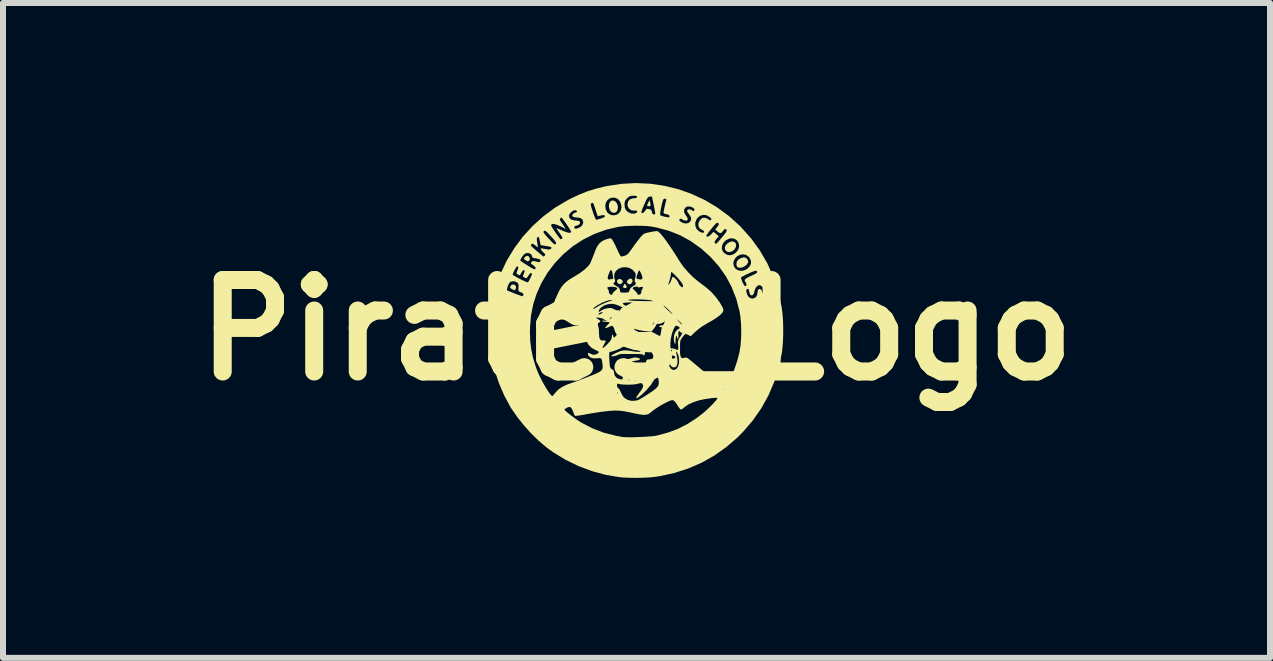
<source format=kicad_pcb>
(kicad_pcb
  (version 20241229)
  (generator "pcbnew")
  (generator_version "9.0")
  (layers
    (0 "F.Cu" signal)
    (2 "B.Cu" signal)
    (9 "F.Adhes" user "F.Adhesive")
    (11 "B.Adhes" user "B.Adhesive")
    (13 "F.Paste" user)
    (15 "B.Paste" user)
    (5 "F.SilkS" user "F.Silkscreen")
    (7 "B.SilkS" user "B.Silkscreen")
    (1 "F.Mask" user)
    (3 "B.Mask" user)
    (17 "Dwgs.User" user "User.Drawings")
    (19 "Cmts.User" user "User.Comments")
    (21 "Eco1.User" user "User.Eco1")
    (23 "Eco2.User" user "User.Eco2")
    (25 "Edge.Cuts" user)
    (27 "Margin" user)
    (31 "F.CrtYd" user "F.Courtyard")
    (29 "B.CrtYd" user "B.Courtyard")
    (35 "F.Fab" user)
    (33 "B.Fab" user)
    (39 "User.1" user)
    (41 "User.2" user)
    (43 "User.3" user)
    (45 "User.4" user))
  (footprint "Pirates_Logo"
    (layer "F.Cu")
    (at 7.555 2.45)
    (property "Reference" "Pirates_Logo" (at 0 0 0) (layer "F.SilkS") (effects (font (size 1.524 1.524) (thickness 0.3))))
    (attr board_only exclude_from_pos_files exclude_from_bom)
    (fp_poly (pts (xy -0.185 -0.767) (xy -0.177 -0.753) (xy -0.164 -0.722) (xy -0.169 -0.705) (xy -0.194 -0.7) (xy -0.218 -0.706) (xy -0.225 -0.717) (xy -0.218 -0.739) (xy -0.208 -0.756) (xy -0.194 -0.772)) (stroke (width 0) (type solid)) (fill yes) (layer "F.SilkS"))
    (fp_poly (pts (xy -0.265 -0.849) (xy -0.237 -0.83) (xy -0.228 -0.806) (xy -0.241 -0.783) (xy -0.244 -0.78) (xy -0.267 -0.766) (xy -0.285 -0.767) (xy -0.303 -0.776) (xy -0.323 -0.798) (xy -0.325 -0.823) (xy -0.311 -0.844) (xy -0.285 -0.853)) (stroke (width 0) (type solid)) (fill yes) (layer "F.SilkS"))
    (fp_poly (pts (xy -0.091 -0.858) (xy -0.078 -0.847) (xy -0.065 -0.827) (xy -0.069 -0.802) (xy -0.073 -0.795) (xy -0.095 -0.769) (xy -0.123 -0.764) (xy -0.148 -0.778) (xy -0.162 -0.804) (xy -0.151 -0.829) (xy -0.131 -0.846) (xy -0.107 -0.859)) (stroke (width 0) (type solid)) (fill yes) (layer "F.SilkS"))
    (fp_poly (pts (xy -2.027 -0.753) (xy -2.014 -0.739) (xy -2.007 -0.707) (xy -2.013 -0.688) (xy -2.025 -0.669) (xy -2.03 -0.664) (xy -2.042 -0.669) (xy -2.068 -0.68) (xy -2.073 -0.682) (xy -2.099 -0.697) (xy -2.106 -0.712) (xy -2.102 -0.728) (xy -2.083 -0.753) (xy -2.055 -0.761)) (stroke (width 0) (type solid)) (fill yes) (layer "F.SilkS"))
    (fp_poly (pts (xy -1.794 -1.228) (xy -1.779 -1.203) (xy -1.779 -1.174) (xy -1.79 -1.156) (xy -1.806 -1.145) (xy -1.825 -1.15) (xy -1.839 -1.159) (xy -1.862 -1.175) (xy -1.874 -1.183) (xy -1.875 -1.196) (xy -1.862 -1.214) (xy -1.841 -1.231) (xy -1.82 -1.238) (xy -1.819 -1.238)) (stroke (width 0) (type solid)) (fill yes) (layer "F.SilkS"))
    (fp_poly (pts (xy 0.222 -2.148) (xy 0.229 -2.119) (xy 0.23 -2.11) (xy 0.234 -2.08) (xy 0.23 -2.067) (xy 0.212 -2.064) (xy 0.207 -2.064) (xy 0.183 -2.066) (xy 0.175 -2.07) (xy 0.179 -2.087) (xy 0.19 -2.113) (xy 0.203 -2.14) (xy 0.213 -2.159) (xy 0.217 -2.162)) (stroke (width 0) (type solid)) (fill yes) (layer "F.SilkS"))
    (fp_poly (pts (xy -0.356 -2.146) (xy -0.33 -2.118) (xy -0.314 -2.078) (xy -0.31 -2.046) (xy -0.318 -1.998) (xy -0.34 -1.966) (xy -0.371 -1.953) (xy -0.408 -1.962) (xy -0.425 -1.973) (xy -0.448 -2.006) (xy -0.46 -2.052) (xy -0.458 -2.099) (xy -0.445 -2.133) (xy -0.418 -2.157) (xy -0.387 -2.16)) (stroke (width 0) (type solid)) (fill yes) (layer "F.SilkS"))
    (fp_poly (pts (xy 1.627 -1.471) (xy 1.651 -1.45) (xy 1.66 -1.416) (xy 1.651 -1.375) (xy 1.625 -1.337) (xy 1.589 -1.311) (xy 1.549 -1.3) (xy 1.511 -1.306) (xy 1.482 -1.329) (xy 1.482 -1.33) (xy 1.47 -1.368) (xy 1.482 -1.409) (xy 1.509 -1.44) (xy 1.552 -1.469) (xy 1.592 -1.478)) (stroke (width 0) (type solid)) (fill yes) (layer "F.SilkS"))
    (fp_poly (pts (xy 1.825 -1.202) (xy 1.85 -1.176) (xy 1.86 -1.142) (xy 1.858 -1.127) (xy 1.837 -1.092) (xy 1.802 -1.063) (xy 1.761 -1.045) (xy 1.72 -1.038) (xy 1.686 -1.047) (xy 1.678 -1.053) (xy 1.665 -1.081) (xy 1.666 -1.119) (xy 1.676 -1.151) (xy 1.702 -1.179) (xy 1.742 -1.201) (xy 1.784 -1.213) (xy 1.794 -1.213)) (stroke (width 0) (type solid)) (fill yes) (layer "F.SilkS"))
    (fp_poly (pts (xy 0 0.458) (xy 0.032 0.467) (xy 0.048 0.471) (xy 0.057 0.473) (xy 0.059 0.474) (xy 0.059 0.482) (xy 0.052 0.49) (xy 0.031 0.5) (xy -0.01 0.509) (xy -0.069 0.518) (xy -0.141 0.526) (xy -0.213 0.532) (xy -0.256 0.537) (xy -0.284 0.547) (xy -0.306 0.567) (xy -0.309 0.571) (xy -0.338 0.607) (xy -0.338 0.568) (xy -0.333 0.527) (xy -0.316 0.501) (xy -0.283 0.489) (xy -0.23 0.486) (xy -0.224 0.486) (xy -0.157 0.484) (xy -0.098 0.473) (xy -0.088 0.469) (xy -0.041 0.457) (xy -0.003 0.457)) (stroke (width 0) (type solid)) (fill yes) (layer "F.SilkS"))
    (fp_poly (pts (xy 0.23 -2.439) (xy 0.467 -2.404) (xy 0.699 -2.347) (xy 0.923 -2.267) (xy 1.14 -2.166) (xy 1.346 -2.043) (xy 1.54 -1.9) (xy 1.721 -1.737) (xy 1.745 -1.712) (xy 1.912 -1.524) (xy 2.055 -1.326) (xy 2.177 -1.117) (xy 2.276 -0.896) (xy 2.354 -0.663) (xy 2.411 -0.416) (xy 2.422 -0.356) (xy 2.433 -0.262) (xy 2.441 -0.15) (xy 2.444 -0.029) (xy 2.443 0.094) (xy 2.438 0.213) (xy 2.429 0.318) (xy 2.422 0.375) (xy 2.369 0.625) (xy 2.294 0.862) (xy 2.198 1.088) (xy 2.079 1.302) (xy 1.939 1.503) (xy 1.776 1.693) (xy 1.681 1.789) (xy 1.495 1.949) (xy 1.296 2.09) (xy 1.084 2.209) (xy 0.86 2.306) (xy 0.627 2.381) (xy 0.386 2.433) (xy 0.306 2.445) (xy 0.216 2.454) (xy 0.11 2.459) (xy -0.003 2.462) (xy -0.115 2.46) (xy -0.217 2.456) (xy -0.284 2.45) (xy -0.514 2.411) (xy -0.743 2.349) (xy -0.967 2.265) (xy -1.182 2.161) (xy -1.384 2.038) (xy -1.499 1.955) (xy -1.626 1.847) (xy -1.754 1.723) (xy -1.876 1.587) (xy -1.988 1.447) (xy -2.072 1.325) (xy -1.201 1.325) (xy -1.191 1.338) (xy -1.165 1.362) (xy -1.127 1.393) (xy -1.08 1.429) (xy -1.03 1.467) (xy -0.98 1.502) (xy -0.935 1.531) (xy -0.919 1.541) (xy -0.736 1.636) (xy -0.542 1.71) (xy -0.336 1.762) (xy -0.231 1.781) (xy -0.189 1.784) (xy -0.128 1.785) (xy -0.053 1.785) (xy 0.029 1.782) (xy 0.112 1.778) (xy 0.192 1.773) (xy 0.262 1.768) (xy 0.316 1.761) (xy 0.337 1.757) (xy 0.524 1.707) (xy 0.694 1.643) (xy 0.852 1.562) (xy 1.006 1.462) (xy 1.097 1.392) (xy 1.148 1.349) (xy 1.198 1.303) (xy 1.246 1.256) (xy 1.288 1.212) (xy 1.321 1.175) (xy 1.342 1.147) (xy 1.347 1.131) (xy 1.347 1.13) (xy 1.33 1.127) (xy 1.295 1.129) (xy 1.246 1.134) (xy 1.189 1.142) (xy 1.13 1.151) (xy 1.074 1.163) (xy 1.027 1.174) (xy 1.018 1.177) (xy 0.929 1.208) (xy 0.86 1.241) (xy 0.806 1.278) (xy 0.792 1.291) (xy 0.765 1.313) (xy 0.742 1.323) (xy 0.737 1.323) (xy 0.723 1.31) (xy 0.701 1.282) (xy 0.676 1.244) (xy 0.676 1.244) (xy 0.647 1.199) (xy 0.622 1.175) (xy 0.6 1.166) (xy 0.574 1.171) (xy 0.532 1.187) (xy 0.48 1.213) (xy 0.422 1.244) (xy 0.363 1.279) (xy 0.309 1.315) (xy 0.264 1.348) (xy 0.254 1.357) (xy 0.221 1.384) (xy 0.189 1.402) (xy 0.156 1.411) (xy 0.114 1.412) (xy 0.061 1.406) (xy -0.009 1.392) (xy -0.056 1.382) (xy -0.122 1.368) (xy -0.19 1.355) (xy -0.249 1.346) (xy -0.277 1.343) (xy -0.35 1.34) (xy -0.444 1.345) (xy -0.557 1.357) (xy -0.685 1.376) (xy -0.827 1.4) (xy -0.832 1.401) (xy -0.897 1.413) (xy -0.954 1.422) (xy -0.997 1.427) (xy -1.022 1.429) (xy -1.027 1.428) (xy -1.035 1.412) (xy -1.048 1.381) (xy -1.055 1.361) (xy -1.076 1.313) (xy -1.096 1.287) (xy -1.12 1.28) (xy -1.152 1.29) (xy -1.157 1.292) (xy -1.185 1.308) (xy -1.2 1.322) (xy -1.201 1.325) (xy -2.072 1.325) (xy -2.083 1.309) (xy -2.1 1.282) (xy -2.205 1.088) (xy -2.294 0.88) (xy -2.365 0.665) (xy -2.415 0.448) (xy -2.439 0.29) (xy -2.448 0.169) (xy -2.451 0.033) (xy -2.451 0.027) (xy -1.776 0.027) (xy -1.771 0.181) (xy -1.754 0.323) (xy -1.725 0.461) (xy -1.681 0.604) (xy -1.657 0.669) (xy -1.631 0.732) (xy -1.599 0.799) (xy -1.564 0.866) (xy -1.527 0.932) (xy -1.491 0.991) (xy -1.458 1.04) (xy -1.43 1.077) (xy -1.409 1.096) (xy -1.401 1.098) (xy -1.388 1.087) (xy -1.367 1.061) (xy -1.353 1.043) (xy -0.324 1.043) (xy -0.322 1.059) (xy -0.318 1.06) (xy -0.315 1.043) (xy -0.317 1.036) (xy -0.322 1.031) (xy -0.324 1.043) (xy -1.353 1.043) (xy -1.348 1.038) (xy -1.304 0.991) (xy -1.244 0.949) (xy -1.192 0.924) (xy -0.325 0.924) (xy -0.32 0.953) (xy -0.309 0.963) (xy -0.295 0.974) (xy -0.278 1.001) (xy -0.264 1.03) (xy -0.244 1.073) (xy -0.22 1.109) (xy -0.207 1.125) (xy -0.15 1.162) (xy -0.082 1.179) (xy -0.008 1.174) (xy 0.034 1.162) (xy 0.054 1.151) (xy 0.09 1.13) (xy 0.138 1.101) (xy 0.192 1.066) (xy 0.204 1.058) (xy 0.272 1.013) (xy 0.32 0.975) (xy 0.352 0.942) (xy 0.368 0.909) (xy 0.372 0.874) (xy 0.367 0.831) (xy 0.363 0.812) (xy 0.353 0.777) (xy 0.344 0.755) (xy 0.34 0.75) (xy 0.33 0.761) (xy 0.314 0.788) (xy 0.292 0.827) (xy 0.288 0.835) (xy 0.239 0.913) (xy 0.169 0.994) (xy 0.156 1.009) (xy 0.097 1.065) (xy 0.051 1.105) (xy 0.018 1.129) (xy -0.001 1.137) (xy -0.005 1.129) (xy 0.006 1.103) (xy 0.035 1.061) (xy 0.048 1.042) (xy 0.084 0.993) (xy 0.104 0.958) (xy 0.111 0.932) (xy 0.106 0.911) (xy 0.097 0.897) (xy 0.086 0.886) (xy 0.07 0.883) (xy 0.044 0.888) (xy 0.013 0.896) (xy -0.032 0.904) (xy -0.09 0.908) (xy -0.154 0.909) (xy -0.216 0.907) (xy -0.269 0.902) (xy -0.303 0.894) (xy -0.319 0.892) (xy -0.325 0.907) (xy -0.325 0.924) (xy -1.192 0.924) (xy -1.166 0.911) (xy -1.082 0.88) (xy -1.034 0.864) (xy -0.97 0.841) (xy -0.897 0.813) (xy -0.822 0.784) (xy -0.79 0.772) (xy -0.71 0.74) (xy -0.651 0.714) (xy -0.61 0.691) (xy -0.583 0.669) (xy -0.569 0.646) (xy -0.564 0.618) (xy -0.566 0.583) (xy -0.567 0.57) (xy -0.574 0.517) (xy -0.582 0.486) (xy -0.595 0.47) (xy -0.618 0.466) (xy -0.653 0.469) (xy -0.655 0.469) (xy -0.721 0.47) (xy -0.77 0.455) (xy -0.801 0.423) (xy -0.803 0.419) (xy -0.804 0.416) (xy -0.456 0.416) (xy -0.455 0.468) (xy -0.454 0.472) (xy -0.45 0.539) (xy -0.446 0.586) (xy -0.439 0.617) (xy -0.43 0.636) (xy -0.416 0.648) (xy -0.406 0.653) (xy -0.382 0.671) (xy -0.375 0.703) (xy -0.375 0.706) (xy -0.364 0.756) (xy -0.333 0.794) (xy -0.296 0.812) (xy -0.257 0.822) (xy -0.236 0.821) (xy -0.229 0.808) (xy -0.229 0.803) (xy -0.158 0.803) (xy -0.153 0.816) (xy -0.15 0.819) (xy -0.129 0.835) (xy -0.118 0.838) (xy -0.107 0.829) (xy -0.108 0.819) (xy -0.11 0.817) (xy -0.076 0.817) (xy -0.072 0.823) (xy -0.048 0.834) (xy -0.008 0.834) (xy 0.039 0.823) (xy 0.076 0.808) (xy 0.134 0.771) (xy 0.173 0.736) (xy 0.229 0.736) (xy 0.244 0.729) (xy 0.27 0.71) (xy 0.305 0.683) (xy 0.335 0.657) (xy 0.394 0.597) (xy 0.443 0.537) (xy 0.472 0.489) (xy 0.525 0.489) (xy 0.531 0.554) (xy 0.548 0.605) (xy 0.573 0.642) (xy 0.604 0.662) (xy 0.637 0.661) (xy 0.672 0.639) (xy 0.674 0.636) (xy 0.696 0.597) (xy 0.708 0.544) (xy 0.709 0.484) (xy 0.7 0.427) (xy 0.681 0.381) (xy 0.675 0.372) (xy 0.664 0.359) (xy 0.659 0.358) (xy 0.66 0.373) (xy 0.667 0.407) (xy 0.672 0.429) (xy 0.683 0.502) (xy 0.681 0.559) (xy 0.667 0.599) (xy 0.642 0.62) (xy 0.606 0.62) (xy 0.576 0.601) (xy 0.555 0.564) (xy 0.542 0.516) (xy 0.54 0.463) (xy 0.542 0.447) (xy 0.578 0.447) (xy 0.579 0.468) (xy 0.598 0.475) (xy 0.605 0.475) (xy 0.632 0.47) (xy 0.645 0.462) (xy 0.645 0.442) (xy 0.625 0.428) (xy 0.607 0.423) (xy 0.585 0.427) (xy 0.578 0.447) (xy 0.542 0.447) (xy 0.547 0.412) (xy 0.566 0.369) (xy 0.577 0.355) (xy 0.592 0.335) (xy 0.594 0.326) (xy 0.593 0.325) (xy 0.564 0.338) (xy 0.542 0.372) (xy 0.529 0.427) (xy 0.525 0.489) (xy 0.472 0.489) (xy 0.478 0.48) (xy 0.494 0.438) (xy 0.499 0.401) (xy 0.504 0.355) (xy 0.506 0.307) (xy 0.507 0.264) (xy 0.505 0.232) (xy 0.503 0.227) (xy 0.564 0.227) (xy 0.564 0.271) (xy 0.567 0.296) (xy 0.573 0.305) (xy 0.585 0.304) (xy 0.586 0.304) (xy 0.614 0.305) (xy 0.646 0.317) (xy 0.673 0.328) (xy 0.691 0.329) (xy 0.691 0.329) (xy 0.695 0.314) (xy 0.696 0.283) (xy 0.693 0.25) (xy 0.689 0.206) (xy 0.693 0.175) (xy 0.706 0.146) (xy 0.724 0.117) (xy 0.75 0.075) (xy 0.762 0.049) (xy 0.76 0.04) (xy 0.751 0.043) (xy 0.736 0.04) (xy 0.728 0.03) (xy 0.713 0.014) (xy 0.702 0.02) (xy 0.696 0.045) (xy 0.697 0.079) (xy 0.698 0.118) (xy 0.692 0.141) (xy 0.689 0.143) (xy 0.679 0.14) (xy 0.675 0.119) (xy 0.671 0.097) (xy 0.663 0.094) (xy 0.656 0.11) (xy 0.651 0.142) (xy 0.65 0.173) (xy 0.649 0.211) (xy 0.646 0.228) (xy 0.64 0.227) (xy 0.635 0.219) (xy 0.624 0.181) (xy 0.622 0.131) (xy 0.628 0.08) (xy 0.642 0.041) (xy 0.666 0.008) (xy 0.694 -0.016) (xy 0.695 -0.016) (xy 0.717 -0.03) (xy 0.719 -0.041) (xy 0.706 -0.055) (xy 0.679 -0.07) (xy 0.658 -0.073) (xy 0.64 -0.059) (xy 0.621 -0.025) (xy 0.602 0.023) (xy 0.585 0.08) (xy 0.572 0.141) (xy 0.565 0.201) (xy 0.564 0.227) (xy 0.503 0.227) (xy 0.501 0.219) (xy 0.494 0.228) (xy 0.482 0.255) (xy 0.468 0.297) (xy 0.463 0.314) (xy 0.444 0.372) (xy 0.425 0.413) (xy 0.4 0.448) (xy 0.38 0.47) (xy 0.345 0.51) (xy 0.327 0.544) (xy 0.325 0.555) (xy 0.318 0.581) (xy 0.301 0.618) (xy 0.281 0.651) (xy 0.257 0.687) (xy 0.238 0.716) (xy 0.229 0.729) (xy 0.229 0.736) (xy 0.173 0.736) (xy 0.193 0.717) (xy 0.247 0.651) (xy 0.257 0.636) (xy 0.284 0.592) (xy 0.298 0.557) (xy 0.299 0.535) (xy 0.287 0.528) (xy 0.28 0.53) (xy 0.252 0.536) (xy 0.233 0.538) (xy 0.21 0.546) (xy 0.19 0.572) (xy 0.183 0.588) (xy 0.147 0.646) (xy 0.094 0.703) (xy 0.031 0.75) (xy -0.018 0.776) (xy -0.056 0.793) (xy -0.074 0.806) (xy -0.076 0.817) (xy -0.11 0.817) (xy -0.125 0.804) (xy -0.14 0.8) (xy -0.158 0.803) (xy -0.229 0.803) (xy -0.229 0.779) (xy -0.229 0.748) (xy -0.222 0.736) (xy -0.206 0.736) (xy -0.127 0.741) (xy -0.051 0.733) (xy -0.009 0.721) (xy 0.052 0.686) (xy 0.104 0.635) (xy 0.142 0.574) (xy 0.153 0.544) (xy 0.163 0.51) (xy 0.175 0.493) (xy 0.196 0.488) (xy 0.216 0.488) (xy 0.281 0.476) (xy 0.338 0.442) (xy 0.384 0.388) (xy 0.417 0.315) (xy 0.419 0.31) (xy 0.433 0.257) (xy 0.437 0.224) (xy 0.431 0.206) (xy 0.415 0.2) (xy 0.412 0.2) (xy 0.388 0.193) (xy 0.379 0.169) (xy 0.385 0.128) (xy 0.391 0.104) (xy 0.402 0.063) (xy 0.409 0.029) (xy 0.409 0.019) (xy 0.414 -0.014) (xy 0.418 -0.028) (xy 0.421 -0.045) (xy 0.403 -0.05) (xy 0.4 -0.05) (xy 0.38 -0.056) (xy 0.379 -0.066) (xy 0.394 -0.077) (xy 0.417 -0.079) (xy 0.439 -0.081) (xy 0.453 -0.096) (xy 0.464 -0.126) (xy 0.473 -0.158) (xy 0.475 -0.177) (xy 0.474 -0.179) (xy 0.46 -0.181) (xy 0.43 -0.179) (xy 0.419 -0.178) (xy 0.386 -0.172) (xy 0.367 -0.159) (xy 0.351 -0.131) (xy 0.347 -0.12) (xy 0.324 -0.077) (xy 0.295 -0.032) (xy 0.285 -0.02) (xy 0.246 0.028) (xy 0.16 0.019) (xy 0.105 0.012) (xy 0.05 0.002) (xy 0.015 -0.007) (xy -0.019 -0.017) (xy -0.042 -0.024) (xy -0.046 -0.025) (xy -0.043 -0.015) (xy -0.035 0.01) (xy -0.034 0.012) (xy -0.01 0.045) (xy 0.032 0.077) (xy 0.084 0.104) (xy 0.141 0.121) (xy 0.187 0.127) (xy 0.234 0.131) (xy 0.262 0.146) (xy 0.276 0.176) (xy 0.281 0.226) (xy 0.281 0.229) (xy 0.285 0.274) (xy 0.298 0.296) (xy 0.322 0.295) (xy 0.356 0.272) (xy 0.361 0.268) (xy 0.386 0.249) (xy 0.397 0.245) (xy 0.4 0.255) (xy 0.4 0.26) (xy 0.389 0.298) (xy 0.357 0.33) (xy 0.312 0.355) (xy 0.257 0.369) (xy 0.198 0.37) (xy 0.185 0.369) (xy 0.154 0.365) (xy 0.141 0.37) (xy 0.138 0.387) (xy 0.138 0.393) (xy 0.133 0.417) (xy 0.125 0.425) (xy 0.113 0.416) (xy 0.113 0.412) (xy 0.1 0.405) (xy 0.064 0.4) (xy 0.005 0.398) (xy -0.016 0.398) (xy -0.079 0.398) (xy -0.143 0.398) (xy -0.196 0.397) (xy -0.215 0.397) (xy -0.257 0.398) (xy -0.29 0.404) (xy -0.303 0.41) (xy -0.322 0.419) (xy -0.352 0.428) (xy -0.385 0.435) (xy -0.412 0.437) (xy -0.425 0.435) (xy -0.425 0.434) (xy -0.415 0.422) (xy -0.387 0.404) (xy -0.349 0.384) (xy -0.307 0.365) (xy -0.267 0.349) (xy -0.235 0.34) (xy -0.235 0.34) (xy -0.185 0.337) (xy -0.125 0.342) (xy -0.1 0.346) (xy -0.049 0.355) (xy -0.003 0.36) (xy 0.036 0.362) (xy 0.06 0.36) (xy 0.067 0.355) (xy 0.063 0.351) (xy 0.039 0.343) (xy 0.002 0.335) (xy -0.013 0.333) (xy -0.056 0.324) (xy -0.109 0.31) (xy -0.147 0.298) (xy -0.189 0.284) (xy -0.216 0.278) (xy -0.232 0.28) (xy -0.246 0.29) (xy -0.247 0.291) (xy -0.27 0.305) (xy -0.309 0.322) (xy -0.354 0.339) (xy -0.399 0.354) (xy -0.433 0.362) (xy -0.442 0.363) (xy -0.451 0.367) (xy -0.455 0.383) (xy -0.456 0.416) (xy -0.804 0.416) (xy -0.811 0.39) (xy -0.803 0.379) (xy -0.779 0.387) (xy -0.77 0.392) (xy -0.722 0.411) (xy -0.675 0.405) (xy -0.653 0.393) (xy -0.632 0.376) (xy -0.629 0.362) (xy -0.647 0.348) (xy -0.679 0.334) (xy -0.747 0.296) (xy -0.799 0.245) (xy -0.837 0.177) (xy -0.856 0.123) (xy -0.871 0.081) (xy -0.889 0.045) (xy -0.901 0.031) (xy -0.921 -0.003) (xy -0.925 -0.041) (xy -0.925 -0.091) (xy -0.987 -0.084) (xy -1.017 -0.081) (xy -1.042 -0.084) (xy -1.069 -0.093) (xy -1.104 -0.113) (xy -1.146 -0.139) (xy -1.196 -0.169) (xy -1.225 -0.183) (xy -0.957 -0.183) (xy -0.955 -0.176) (xy -0.949 -0.176) (xy -0.926 -0.184) (xy -0.907 -0.2) (xy -0.903 -0.206) (xy -0.675 -0.206) (xy -0.665 -0.197) (xy -0.641 -0.183) (xy -0.638 -0.181) (xy -0.608 -0.161) (xy -0.603 -0.144) (xy -0.622 -0.127) (xy -0.63 -0.123) (xy -0.65 -0.112) (xy -0.652 -0.097) (xy -0.643 -0.077) (xy -0.633 -0.046) (xy -0.627 0.001) (xy -0.625 0.045) (xy -0.622 0.106) (xy -0.613 0.146) (xy -0.595 0.168) (xy -0.566 0.174) (xy -0.552 0.173) (xy -0.526 0.171) (xy -0.515 0.178) (xy -0.519 0.197) (xy -0.538 0.232) (xy -0.545 0.245) (xy -0.563 0.28) (xy -0.566 0.296) (xy -0.553 0.294) (xy -0.527 0.274) (xy -0.487 0.235) (xy -0.481 0.229) (xy -0.444 0.189) (xy -0.423 0.158) (xy -0.418 0.143) (xy 0.021 0.143) (xy 0.027 0.155) (xy 0.045 0.175) (xy 0.07 0.199) (xy 0.1 0.224) (xy 0.13 0.247) (xy 0.156 0.263) (xy 0.198 0.281) (xy 0.223 0.286) (xy 0.235 0.275) (xy 0.238 0.25) (xy 0.233 0.222) (xy 0.222 0.207) (xy 0.175 0.192) (xy 0.125 0.176) (xy 0.078 0.16) (xy 0.043 0.148) (xy 0.031 0.144) (xy 0.021 0.143) (xy -0.418 0.143) (xy -0.414 0.132) (xy -0.413 0.117) (xy -0.409 0.089) (xy -0.401 0.075) (xy -0.4 0.075) (xy -0.39 0.086) (xy -0.388 0.1) (xy -0.382 0.121) (xy -0.367 0.121) (xy -0.363 0.117) (xy -0.033 0.117) (xy -0.032 0.124) (xy -0.025 0.125) (xy -0.015 0.12) (xy -0.017 0.117) (xy -0.032 0.115) (xy -0.033 0.117) (xy -0.363 0.117) (xy -0.346 0.099) (xy -0.345 0.098) (xy -0.329 0.079) (xy -0.316 0.081) (xy -0.303 0.092) (xy -0.268 0.11) (xy -0.234 0.108) (xy -0.21 0.09) (xy -0.184 0.061) (xy -0.161 0.056) (xy -0.139 0.074) (xy -0.137 0.076) (xy -0.119 0.095) (xy -0.104 0.095) (xy -0.095 0.089) (xy -0.081 0.066) (xy -0.075 0.034) (xy -0.078 0.005) (xy -0.083 -0.004) (xy -0.099 -0.005) (xy -0.117 0.002) (xy -0.138 0.01) (xy -0.148 -0.000071) (xy -0.148 -0.000468) (xy -0.161 -0.02) (xy -0.183 -0.044) (xy -0.206 -0.081) (xy 0.261 -0.081) (xy 0.287 -0.111) (xy 0.305 -0.135) (xy 0.313 -0.151) (xy 0.313 -0.151) (xy 0.309 -0.162) (xy 0.297 -0.151) (xy 0.281 -0.122) (xy 0.261 -0.081) (xy -0.206 -0.081) (xy -0.208 -0.084) (xy -0.212 -0.135) (xy -0.2 -0.181) (xy 0.669 -0.181) (xy 0.677 -0.171) (xy 0.702 -0.145) (xy 0.706 -0.14) (xy 0.739 -0.106) (xy 0.757 -0.09) (xy 0.761 -0.092) (xy 0.754 -0.105) (xy 0.739 -0.123) (xy 0.712 -0.148) (xy 0.7 -0.157) (xy 0.677 -0.176) (xy 0.669 -0.181) (xy -0.2 -0.181) (xy -0.196 -0.197) (xy -0.175 -0.242) (xy -0.155 -0.28) (xy -0.142 -0.309) (xy -0.138 -0.322) (xy -0.148 -0.332) (xy -0.177 -0.349) (xy -0.218 -0.371) (xy -0.239 -0.381) (xy -0.2 -0.381) (xy -0.194 -0.375) (xy -0.188 -0.381) (xy -0.194 -0.388) (xy -0.2 -0.381) (xy -0.239 -0.381) (xy -0.247 -0.386) (xy -0.266 -0.394) (xy -0.225 -0.394) (xy -0.219 -0.388) (xy -0.213 -0.394) (xy -0.219 -0.4) (xy -0.225 -0.394) (xy -0.266 -0.394) (xy -0.308 -0.413) (xy -0.355 -0.429) (xy -0.395 -0.436) (xy -0.424 -0.438) (xy -0.483 -0.43) (xy -0.54 -0.41) (xy -0.587 -0.38) (xy -0.618 -0.345) (xy -0.622 -0.336) (xy -0.631 -0.31) (xy -0.627 -0.302) (xy -0.61 -0.311) (xy -0.588 -0.327) (xy -0.554 -0.345) (xy -0.509 -0.359) (xy -0.486 -0.364) (xy -0.442 -0.369) (xy -0.411 -0.365) (xy -0.381 -0.352) (xy -0.377 -0.349) (xy -0.34 -0.333) (xy -0.309 -0.33) (xy -0.306 -0.33) (xy -0.291 -0.332) (xy -0.283 -0.324) (xy -0.279 -0.301) (xy -0.278 -0.267) (xy -0.28 -0.214) (xy -0.293 -0.17) (xy -0.307 -0.144) (xy -0.327 -0.103) (xy -0.333 -0.067) (xy -0.331 -0.036) (xy -0.324 0.019) (xy -0.409 -0.075) (xy -0.464 -0.051) (xy -0.497 -0.038) (xy -0.519 -0.032) (xy -0.524 -0.032) (xy -0.52 -0.044) (xy -0.502 -0.066) (xy -0.49 -0.079) (xy -0.466 -0.105) (xy -0.452 -0.124) (xy -0.45 -0.129) (xy -0.461 -0.134) (xy -0.49 -0.137) (xy -0.506 -0.138) (xy -0.541 -0.14) (xy -0.565 -0.147) (xy -0.57 -0.151) (xy -0.566 -0.159) (xy -0.539 -0.158) (xy -0.53 -0.157) (xy -0.501 -0.153) (xy -0.495 -0.155) (xy -0.51 -0.162) (xy -0.512 -0.163) (xy -0.542 -0.178) (xy -0.542 -0.178) (xy -0.448 -0.178) (xy -0.444 -0.178) (xy -0.431 -0.19) (xy -0.416 -0.209) (xy -0.416 -0.22) (xy -0.426 -0.216) (xy -0.438 -0.198) (xy -0.448 -0.178) (xy -0.542 -0.178) (xy -0.559 -0.19) (xy -0.577 -0.197) (xy -0.607 -0.204) (xy -0.639 -0.208) (xy -0.665 -0.209) (xy -0.675 -0.206) (xy -0.903 -0.206) (xy -0.894 -0.219) (xy -0.899 -0.224) (xy -0.917 -0.217) (xy -0.94 -0.201) (xy -0.957 -0.183) (xy -1.225 -0.183) (xy -1.245 -0.194) (xy -1.285 -0.211) (xy -1.296 -0.214) (xy -1.33 -0.226) (xy -1.354 -0.246) (xy -1.363 -0.262) (xy -0.638 -0.262) (xy -0.628 -0.26) (xy -0.603 -0.267) (xy -0.592 -0.272) (xy -0.566 -0.287) (xy -0.562 -0.296) (xy -0.567 -0.298) (xy -0.592 -0.296) (xy -0.619 -0.284) (xy -0.636 -0.268) (xy -0.638 -0.262) (xy -1.363 -0.262) (xy -1.375 -0.282) (xy -1.375 -0.284) (xy -1.39 -0.318) (xy -1.397 -0.353) (xy -1.396 -0.355) (xy -0.722 -0.355) (xy -0.716 -0.352) (xy -0.694 -0.362) (xy -0.677 -0.374) (xy -0.613 -0.413) (xy -0.557 -0.439) (xy -0.228 -0.439) (xy -0.214 -0.426) (xy -0.183 -0.405) (xy -0.174 -0.399) (xy -0.15 -0.384) (xy -0.128 -0.373) (xy -0.106 -0.365) (xy -0.078 -0.36) (xy -0.041 -0.358) (xy 0.008 -0.358) (xy 0.075 -0.36) (xy 0.161 -0.364) (xy 0.173 -0.364) (xy 0.277 -0.369) (xy 0.32 -0.322) (xy 0.344 -0.293) (xy 0.36 -0.271) (xy 0.363 -0.264) (xy 0.352 -0.262) (xy 0.326 -0.269) (xy 0.302 -0.278) (xy 0.251 -0.295) (xy 0.211 -0.296) (xy 0.205 -0.294) (xy 0.187 -0.289) (xy 0.183 -0.283) (xy 0.197 -0.275) (xy 0.231 -0.261) (xy 0.244 -0.256) (xy 0.295 -0.239) (xy 0.346 -0.229) (xy 0.377 -0.226) (xy 0.434 -0.225) (xy 0.434 -0.276) (xy 0.431 -0.309) (xy 0.419 -0.335) (xy 0.392 -0.362) (xy 0.385 -0.369) (xy 0.347 -0.398) (xy 0.321 -0.413) (xy 0.447 -0.413) (xy 0.451 -0.405) (xy 0.469 -0.385) (xy 0.496 -0.357) (xy 0.527 -0.327) (xy 0.558 -0.298) (xy 0.583 -0.275) (xy 0.598 -0.264) (xy 0.599 -0.263) (xy 0.596 -0.271) (xy 0.579 -0.291) (xy 0.574 -0.296) (xy 0.54 -0.333) (xy 0.505 -0.367) (xy 0.474 -0.394) (xy 0.453 -0.41) (xy 0.447 -0.413) (xy 0.321 -0.413) (xy 0.308 -0.42) (xy 0.264 -0.436) (xy 0.209 -0.446) (xy 0.14 -0.454) (xy 0.052 -0.458) (xy 0.019 -0.459) (xy -0.052 -0.46) (xy -0.115 -0.46) (xy -0.167 -0.459) (xy -0.201 -0.456) (xy -0.211 -0.454) (xy -0.226 -0.447) (xy -0.228 -0.439) (xy -0.557 -0.439) (xy -0.535 -0.45) (xy -0.463 -0.477) (xy -0.394 -0.499) (xy -0.442 -0.5) (xy -0.477 -0.493) (xy -0.525 -0.477) (xy -0.58 -0.453) (xy -0.633 -0.425) (xy -0.679 -0.397) (xy -0.709 -0.373) (xy -0.709 -0.373) (xy -0.722 -0.355) (xy -1.396 -0.355) (xy -1.394 -0.391) (xy -1.383 -0.437) (xy -1.36 -0.497) (xy -1.359 -0.502) (xy -0.138 -0.502) (xy -0.125 -0.496) (xy -0.089 -0.491) (xy -0.03 -0.487) (xy 0.041 -0.485) (xy 0.107 -0.483) (xy 0.168 -0.481) (xy 0.215 -0.48) (xy 0.245 -0.479) (xy 0.25 -0.478) (xy 0.271 -0.478) (xy 0.27 -0.483) (xy 0.256 -0.491) (xy 0.235 -0.497) (xy 0.197 -0.503) (xy 0.146 -0.507) (xy 0.087 -0.51) (xy 0.027 -0.512) (xy -0.031 -0.512) (xy -0.081 -0.511) (xy -0.118 -0.508) (xy -0.136 -0.504) (xy -0.138 -0.502) (xy -1.359 -0.502) (xy -1.329 -0.57) (xy -1.288 -0.657) (xy -1.258 -0.706) (xy -0.488 -0.706) (xy -0.479 -0.685) (xy -0.475 -0.682) (xy -0.465 -0.664) (xy -0.463 -0.646) (xy -0.454 -0.612) (xy -0.432 -0.591) (xy -0.416 -0.588) (xy -0.402 -0.598) (xy -0.4 -0.606) (xy -0.391 -0.624) (xy -0.368 -0.648) (xy -0.355 -0.658) (xy -0.329 -0.68) (xy -0.32 -0.694) (xy -0.326 -0.704) (xy -0.331 -0.708) (xy -0.355 -0.717) (xy -0.39 -0.722) (xy -0.429 -0.723) (xy -0.462 -0.719) (xy -0.484 -0.712) (xy -0.488 -0.706) (xy -1.258 -0.706) (xy -1.246 -0.725) (xy -1.199 -0.779) (xy -0.385 -0.779) (xy -0.38 -0.764) (xy -0.356 -0.745) (xy -0.324 -0.727) (xy -0.292 -0.704) (xy -0.279 -0.675) (xy -0.277 -0.665) (xy -0.274 -0.643) (xy -0.266 -0.631) (xy -0.246 -0.626) (xy -0.209 -0.625) (xy -0.201 -0.625) (xy -0.159 -0.626) (xy -0.137 -0.631) (xy -0.125 -0.641) (xy -0.12 -0.658) (xy -0.099 -0.702) (xy -0.097 -0.703) (xy -0.064 -0.703) (xy -0.063 -0.693) (xy -0.047 -0.675) (xy -0.031 -0.661) (xy -0.005 -0.635) (xy 0.011 -0.612) (xy 0.013 -0.605) (xy 0.021 -0.591) (xy 0.042 -0.589) (xy 0.064 -0.599) (xy 0.074 -0.611) (xy 0.081 -0.633) (xy 0.08 -0.641) (xy 0.081 -0.655) (xy 0.094 -0.68) (xy 0.094 -0.68) (xy 0.107 -0.704) (xy 0.106 -0.715) (xy 0.096 -0.72) (xy 0.071 -0.72) (xy 0.049 -0.713) (xy 0.031 -0.705) (xy 0.03 -0.712) (xy 0.028 -0.721) (xy 0.008 -0.725) (xy -0.019 -0.723) (xy -0.047 -0.715) (xy -0.051 -0.712) (xy -0.064 -0.703) (xy -0.097 -0.703) (xy -0.06 -0.731) (xy -0.045 -0.738) (xy -0.022 -0.754) (xy -0.022 -0.754) (xy 0.528 -0.754) (xy 0.534 -0.757) (xy 0.549 -0.773) (xy 0.569 -0.807) (xy 0.583 -0.845) (xy 0.592 -0.874) (xy 0.605 -0.888) (xy 0.607 -0.888) (xy 0.625 -0.879) (xy 0.651 -0.855) (xy 0.676 -0.826) (xy 0.694 -0.797) (xy 0.7 -0.78) (xy 0.709 -0.76) (xy 0.731 -0.735) (xy 0.754 -0.717) (xy 0.766 -0.713) (xy 0.774 -0.723) (xy 0.775 -0.736) (xy 0.766 -0.765) (xy 0.74 -0.806) (xy 0.699 -0.856) (xy 0.647 -0.911) (xy 0.639 -0.919) (xy 0.606 -0.95) (xy 0.587 -0.966) (xy 0.578 -0.967) (xy 0.575 -0.956) (xy 0.575 -0.95) (xy 0.572 -0.918) (xy 0.562 -0.872) (xy 0.548 -0.82) (xy 0.533 -0.772) (xy 0.532 -0.769) (xy 0.528 -0.754) (xy -0.022 -0.754) (xy -0.012 -0.777) (xy -0.016 -0.796) (xy -0.026 -0.803) (xy -0.032 -0.816) (xy -0.027 -0.85) (xy -0.023 -0.866) (xy -0.002 -0.866) (xy 0.011 -0.855) (xy 0.04 -0.847) (xy 0.044 -0.846) (xy 0.077 -0.843) (xy 0.094 -0.855) (xy 0.098 -0.868) (xy 0.096 -0.889) (xy 0.086 -0.919) (xy 0.073 -0.952) (xy 0.058 -0.979) (xy 0.046 -0.995) (xy 0.041 -0.996) (xy 0.033 -0.98) (xy 0.02 -0.949) (xy 0.011 -0.925) (xy -0.001 -0.887) (xy -0.002 -0.866) (xy -0.023 -0.866) (xy -0.023 -0.867) (xy -0.014 -0.907) (xy -0.015 -0.933) (xy -0.024 -0.958) (xy -0.025 -0.959) (xy -0.065 -1.005) (xy -0.118 -1.035) (xy -0.178 -1.049) (xy -0.24 -1.045) (xy -0.298 -1.024) (xy -0.344 -0.986) (xy -0.37 -0.937) (xy -0.373 -0.881) (xy -0.362 -0.843) (xy -0.356 -0.816) (xy -0.366 -0.798) (xy -0.372 -0.793) (xy -0.385 -0.779) (xy -1.199 -0.779) (xy -1.198 -0.78) (xy -1.14 -0.829) (xy -1.065 -0.876) (xy -1.055 -0.882) (xy -0.48 -0.882) (xy -0.478 -0.855) (xy -0.466 -0.842) (xy -0.454 -0.843) (xy -0.426 -0.849) (xy -0.41 -0.85) (xy -0.395 -0.853) (xy -0.389 -0.864) (xy -0.391 -0.891) (xy -0.394 -0.908) (xy -0.402 -0.958) (xy -0.411 -0.987) (xy -0.421 -0.999) (xy -0.427 -1) (xy -0.44 -0.99) (xy -0.446 -0.979) (xy -0.456 -0.952) (xy -0.47 -0.918) (xy -0.47 -0.917) (xy -0.48 -0.882) (xy -1.055 -0.882) (xy -1.044 -0.888) (xy -0.947 -0.948) (xy -0.868 -1.007) (xy -0.808 -1.064) (xy -0.777 -1.104) (xy -0.762 -1.134) (xy -0.743 -1.18) (xy -0.722 -1.233) (xy -0.713 -1.257) (xy -0.681 -1.341) (xy -0.649 -1.405) (xy -0.613 -1.451) (xy -0.569 -1.485) (xy -0.515 -1.51) (xy -0.472 -1.523) (xy -0.442 -1.53) (xy -0.423 -1.527) (xy -0.407 -1.508) (xy -0.395 -1.49) (xy -0.376 -1.457) (xy -0.352 -1.409) (xy -0.327 -1.355) (xy -0.318 -1.334) (xy -0.296 -1.287) (xy -0.277 -1.251) (xy -0.262 -1.229) (xy -0.257 -1.226) (xy -0.237 -1.229) (xy -0.205 -1.237) (xy -0.197 -1.239) (xy -0.169 -1.25) (xy -0.143 -1.271) (xy -0.114 -1.306) (xy -0.092 -1.336) (xy -0.027 -1.428) (xy 0.027 -1.499) (xy 0.07 -1.553) (xy 0.103 -1.588) (xy 0.128 -1.607) (xy 0.135 -1.61) (xy 0.167 -1.62) (xy 0.212 -1.63) (xy 0.262 -1.64) (xy 0.308 -1.647) (xy 0.339 -1.651) (xy 0.34 -1.651) (xy 0.365 -1.64) (xy 0.399 -1.607) (xy 0.445 -1.553) (xy 0.5 -1.479) (xy 0.565 -1.385) (xy 0.64 -1.272) (xy 0.722 -1.14) (xy 0.723 -1.139) (xy 0.785 -1.051) (xy 0.863 -0.961) (xy 0.949 -0.876) (xy 1.036 -0.804) (xy 1.052 -0.792) (xy 1.16 -0.711) (xy 1.248 -0.633) (xy 1.319 -0.553) (xy 1.33 -0.539) (xy 1.387 -0.46) (xy 1.425 -0.396) (xy 1.445 -0.348) (xy 1.446 -0.32) (xy 1.427 -0.286) (xy 1.386 -0.245) (xy 1.325 -0.2) (xy 1.248 -0.152) (xy 1.2 -0.126) (xy 1.081 -0.055) (xy 0.987 0.021) (xy 0.902 0.102) (xy 0.864 0.082) (xy 0.836 0.069) (xy 0.817 0.063) (xy 0.817 0.063) (xy 0.804 0.072) (xy 0.783 0.096) (xy 0.765 0.118) (xy 0.745 0.148) (xy 0.732 0.173) (xy 0.727 0.202) (xy 0.725 0.245) (xy 0.725 0.271) (xy 0.725 0.32) (xy 0.725 0.361) (xy 0.725 0.385) (xy 0.725 0.388) (xy 0.728 0.413) (xy 0.736 0.44) (xy 0.748 0.462) (xy 0.763 0.468) (xy 0.79 0.462) (xy 0.828 0.457) (xy 0.851 0.466) (xy 0.877 0.486) (xy 0.918 0.519) (xy 0.97 0.563) (xy 1.031 0.614) (xy 1.097 0.669) (xy 1.164 0.726) (xy 1.229 0.782) (xy 1.288 0.832) (xy 1.338 0.875) (xy 1.375 0.908) (xy 1.39 0.923) (xy 1.462 0.99) (xy 1.492 0.942) (xy 1.562 0.815) (xy 1.625 0.669) (xy 1.678 0.511) (xy 1.715 0.368) (xy 1.732 0.265) (xy 1.742 0.146) (xy 1.745 0.019) (xy 1.741 -0.108) (xy 1.73 -0.228) (xy 1.716 -0.315) (xy 1.661 -0.523) (xy 1.611 -0.65) (xy 1.828 -0.65) (xy 1.836 -0.613) (xy 1.853 -0.575) (xy 1.865 -0.557) (xy 1.899 -0.531) (xy 1.94 -0.526) (xy 1.979 -0.542) (xy 1.988 -0.55) (xy 2.008 -0.584) (xy 2.014 -0.616) (xy 2.02 -0.661) (xy 2.037 -0.684) (xy 2.059 -0.686) (xy 2.079 -0.67) (xy 2.089 -0.644) (xy 2.1 -0.614) (xy 2.116 -0.601) (xy 2.131 -0.608) (xy 2.138 -0.633) (xy 2.139 -0.638) (xy 2.13 -0.671) (xy 2.108 -0.706) (xy 2.08 -0.735) (xy 2.052 -0.75) (xy 2.047 -0.75) (xy 2.015 -0.739) (xy 1.987 -0.708) (xy 1.969 -0.663) (xy 1.966 -0.652) (xy 1.954 -0.608) (xy 1.935 -0.583) (xy 1.914 -0.578) (xy 1.894 -0.593) (xy 1.88 -0.624) (xy 1.876 -0.653) (xy 1.869 -0.679) (xy 1.853 -0.689) (xy 1.835 -0.679) (xy 1.832 -0.675) (xy 1.828 -0.65) (xy 1.611 -0.65) (xy 1.585 -0.717) (xy 1.5 -0.876) (xy 1.741 -0.876) (xy 1.743 -0.859) (xy 1.754 -0.826) (xy 1.768 -0.794) (xy 1.788 -0.754) (xy 1.804 -0.735) (xy 1.819 -0.733) (xy 1.819 -0.733) (xy 1.833 -0.749) (xy 1.831 -0.767) (xy 1.82 -0.794) (xy 1.812 -0.806) (xy 1.801 -0.826) (xy 1.807 -0.845) (xy 1.833 -0.866) (xy 1.88 -0.891) (xy 1.904 -0.902) (xy 1.957 -0.926) (xy 1.99 -0.944) (xy 2.006 -0.958) (xy 2.009 -0.971) (xy 2.003 -0.985) (xy 1.992 -0.99) (xy 1.969 -0.986) (xy 1.931 -0.972) (xy 1.874 -0.947) (xy 1.869 -0.945) (xy 1.818 -0.921) (xy 1.777 -0.9) (xy 1.749 -0.884) (xy 1.741 -0.876) (xy 1.5 -0.876) (xy 1.487 -0.899) (xy 1.368 -1.068) (xy 1.33 -1.11) (xy 1.613 -1.11) (xy 1.624 -1.059) (xy 1.652 -1.02) (xy 1.694 -0.996) (xy 1.744 -0.987) (xy 1.799 -0.997) (xy 1.84 -1.018) (xy 1.885 -1.061) (xy 1.907 -1.109) (xy 1.906 -1.159) (xy 1.88 -1.209) (xy 1.864 -1.227) (xy 1.82 -1.255) (xy 1.771 -1.263) (xy 1.721 -1.254) (xy 1.675 -1.229) (xy 1.639 -1.191) (xy 1.617 -1.143) (xy 1.613 -1.11) (xy 1.33 -1.11) (xy 1.232 -1.22) (xy 1.073 -1.363) (xy 1.065 -1.368) (xy 1.42 -1.368) (xy 1.432 -1.321) (xy 1.459 -1.286) (xy 1.509 -1.254) (xy 1.56 -1.246) (xy 1.614 -1.263) (xy 1.651 -1.288) (xy 1.689 -1.33) (xy 1.707 -1.377) (xy 1.708 -1.424) (xy 1.693 -1.468) (xy 1.664 -1.503) (xy 1.623 -1.525) (xy 1.572 -1.53) (xy 1.547 -1.525) (xy 1.493 -1.5) (xy 1.452 -1.462) (xy 1.428 -1.417) (xy 1.42 -1.368) (xy 1.065 -1.368) (xy 0.904 -1.483) (xy 0.736 -1.575) (xy 1.163 -1.575) (xy 1.171 -1.558) (xy 1.191 -1.558) (xy 1.219 -1.574) (xy 1.24 -1.593) (xy 1.282 -1.638) (xy 1.369 -1.565) (xy 1.329 -1.516) (xy 1.306 -1.483) (xy 1.299 -1.462) (xy 1.304 -1.452) (xy 1.321 -1.44) (xy 1.326 -1.438) (xy 1.337 -1.447) (xy 1.36 -1.472) (xy 1.392 -1.508) (xy 1.425 -1.547) (xy 1.463 -1.594) (xy 1.488 -1.626) (xy 1.5 -1.648) (xy 1.503 -1.662) (xy 1.497 -1.672) (xy 1.495 -1.675) (xy 1.481 -1.685) (xy 1.467 -1.682) (xy 1.448 -1.661) (xy 1.443 -1.654) (xy 1.416 -1.624) (xy 1.393 -1.616) (xy 1.367 -1.628) (xy 1.347 -1.645) (xy 1.312 -1.676) (xy 1.346 -1.72) (xy 1.366 -1.749) (xy 1.371 -1.766) (xy 1.364 -1.78) (xy 1.361 -1.784) (xy 1.351 -1.79) (xy 1.339 -1.788) (xy 1.322 -1.775) (xy 1.297 -1.748) (xy 1.26 -1.705) (xy 1.252 -1.695) (xy 1.216 -1.65) (xy 1.188 -1.613) (xy 1.169 -1.586) (xy 1.163 -1.575) (xy 0.736 -1.575) (xy 0.725 -1.581) (xy 0.535 -1.656) (xy 0.332 -1.71) (xy 0.244 -1.726) (xy 0.174 -1.734) (xy 0.087 -1.738) (xy -0.01 -1.739) (xy -0.108 -1.737) (xy -0.201 -1.732) (xy -0.281 -1.723) (xy -0.306 -1.72) (xy -0.509 -1.672) (xy -0.703 -1.602) (xy -0.887 -1.51) (xy -1.059 -1.399) (xy -1.216 -1.268) (xy -1.358 -1.12) (xy -1.483 -0.956) (xy -1.586 -0.782) (xy -1.664 -0.607) (xy -1.721 -0.431) (xy -1.758 -0.247) (xy -1.774 -0.053) (xy -1.776 0.027) (xy -2.451 0.027) (xy -2.448 -0.108) (xy -2.439 -0.248) (xy -2.424 -0.377) (xy -2.409 -0.469) (xy -2.356 -0.68) (xy -2.159 -0.68) (xy -2.156 -0.663) (xy -2.141 -0.655) (xy -2.109 -0.642) (xy -2.066 -0.624) (xy -2.018 -0.605) (xy -1.971 -0.588) (xy -1.931 -0.574) (xy -1.905 -0.565) (xy -1.899 -0.564) (xy -1.89 -0.573) (xy -1.885 -0.587) (xy -1.886 -0.605) (xy -1.905 -0.621) (xy -1.926 -0.63) (xy -1.954 -0.642) (xy -1.967 -0.656) (xy -1.969 -0.679) (xy -1.967 -0.709) (xy -1.965 -0.749) (xy -1.972 -0.775) (xy -1.986 -0.792) (xy -2.02 -0.81) (xy -2.061 -0.815) (xy -2.097 -0.807) (xy -2.106 -0.801) (xy -2.123 -0.78) (xy -2.139 -0.746) (xy -2.152 -0.71) (xy -2.159 -0.68) (xy -2.356 -0.68) (xy -2.348 -0.71) (xy -2.27 -0.926) (xy -2.064 -0.926) (xy -2.053 -0.915) (xy -2.025 -0.898) (xy -1.986 -0.875) (xy -1.94 -0.851) (xy -1.894 -0.829) (xy -1.853 -0.81) (xy -1.823 -0.799) (xy -1.81 -0.797) (xy -1.799 -0.81) (xy -1.783 -0.84) (xy -1.767 -0.872) (xy -1.749 -0.911) (xy -1.743 -0.935) (xy -1.747 -0.948) (xy -1.751 -0.951) (xy -1.767 -0.951) (xy -1.786 -0.93) (xy -1.798 -0.912) (xy -1.818 -0.88) (xy -1.834 -0.867) (xy -1.851 -0.868) (xy -1.872 -0.879) (xy -1.891 -0.892) (xy -1.893 -0.907) (xy -1.882 -0.93) (xy -1.869 -0.961) (xy -1.863 -0.983) (xy -1.87 -1) (xy -1.885 -0.998) (xy -1.904 -0.981) (xy -1.919 -0.957) (xy -1.936 -0.925) (xy -1.951 -0.915) (xy -1.971 -0.922) (xy -1.983 -0.931) (xy -1.997 -0.943) (xy -2 -0.957) (xy -1.991 -0.981) (xy -1.985 -0.994) (xy -1.971 -1.033) (xy -1.974 -1.057) (xy -1.989 -1.063) (xy -2 -1.053) (xy -2.017 -1.027) (xy -2.036 -0.994) (xy -2.052 -0.96) (xy -2.062 -0.934) (xy -2.064 -0.926) (xy -2.27 -0.926) (xy -2.265 -0.941) (xy -2.161 -1.16) (xy -1.937 -1.16) (xy -1.936 -1.157) (xy -1.913 -1.141) (xy -1.878 -1.117) (xy -1.835 -1.089) (xy -1.791 -1.062) (xy -1.751 -1.038) (xy -1.721 -1.02) (xy -1.705 -1.013) (xy -1.705 -1.013) (xy -1.685 -1.022) (xy -1.681 -1.028) (xy -1.684 -1.045) (xy -1.704 -1.068) (xy -1.737 -1.093) (xy -1.747 -1.099) (xy -1.759 -1.115) (xy -1.753 -1.135) (xy -1.733 -1.148) (xy -1.719 -1.151) (xy -1.685 -1.146) (xy -1.655 -1.137) (xy -1.628 -1.13) (xy -1.61 -1.139) (xy -1.604 -1.147) (xy -1.596 -1.163) (xy -1.604 -1.173) (xy -1.629 -1.184) (xy -1.668 -1.195) (xy -1.704 -1.2) (xy -1.731 -1.207) (xy -1.738 -1.221) (xy -1.749 -1.255) (xy -1.775 -1.277) (xy -1.811 -1.286) (xy -1.848 -1.28) (xy -1.876 -1.26) (xy -1.897 -1.235) (xy -1.917 -1.205) (xy -1.932 -1.177) (xy -1.937 -1.16) (xy -2.161 -1.16) (xy -2.161 -1.16) (xy -2.035 -1.367) (xy -2.003 -1.41) (xy -1.76 -1.41) (xy -1.756 -1.401) (xy -1.733 -1.38) (xy -1.701 -1.351) (xy -1.662 -1.318) (xy -1.623 -1.285) (xy -1.588 -1.256) (xy -1.562 -1.235) (xy -1.549 -1.226) (xy -1.549 -1.226) (xy -1.536 -1.234) (xy -1.527 -1.243) (xy -1.521 -1.258) (xy -1.533 -1.277) (xy -1.548 -1.29) (xy -1.574 -1.316) (xy -1.591 -1.341) (xy -1.596 -1.358) (xy -1.589 -1.363) (xy -1.57 -1.361) (xy -1.537 -1.354) (xy -1.513 -1.35) (xy -1.47 -1.342) (xy -1.444 -1.344) (xy -1.431 -1.351) (xy -1.417 -1.367) (xy -1.418 -1.378) (xy -1.438 -1.388) (xy -1.48 -1.397) (xy -1.506 -1.401) (xy -1.598 -1.416) (xy -1.613 -1.491) (xy -1.622 -1.532) (xy -1.629 -1.552) (xy -1.637 -1.555) (xy -1.648 -1.547) (xy -1.659 -1.531) (xy -1.662 -1.51) (xy -1.658 -1.476) (xy -1.654 -1.454) (xy -1.648 -1.415) (xy -1.644 -1.388) (xy -1.644 -1.379) (xy -1.654 -1.385) (xy -1.676 -1.402) (xy -1.691 -1.413) (xy -1.719 -1.435) (xy -1.736 -1.442) (xy -1.748 -1.435) (xy -1.751 -1.431) (xy -1.76 -1.41) (xy -2.003 -1.41) (xy -1.891 -1.561) (xy -1.817 -1.641) (xy -1.55 -1.641) (xy -1.549 -1.628) (xy -1.537 -1.609) (xy -1.514 -1.58) (xy -1.475 -1.537) (xy -1.468 -1.529) (xy -1.429 -1.488) (xy -1.396 -1.454) (xy -1.373 -1.432) (xy -1.364 -1.426) (xy -1.348 -1.434) (xy -1.341 -1.441) (xy -1.339 -1.454) (xy -1.351 -1.476) (xy -1.377 -1.509) (xy -1.42 -1.557) (xy -1.426 -1.563) (xy -1.468 -1.609) (xy -1.498 -1.638) (xy -1.517 -1.653) (xy -1.531 -1.658) (xy -1.541 -1.653) (xy -1.543 -1.651) (xy -1.55 -1.641) (xy -1.817 -1.641) (xy -1.727 -1.739) (xy -1.721 -1.744) (xy -1.423 -1.744) (xy -1.423 -1.74) (xy -1.414 -1.723) (xy -1.394 -1.692) (xy -1.368 -1.652) (xy -1.339 -1.61) (xy -1.31 -1.57) (xy -1.286 -1.538) (xy -1.269 -1.517) (xy -1.264 -1.513) (xy -1.248 -1.519) (xy -1.24 -1.524) (xy -1.234 -1.535) (xy -1.241 -1.554) (xy -1.261 -1.586) (xy -1.28 -1.614) (xy -1.307 -1.652) (xy -1.326 -1.681) (xy -1.334 -1.696) (xy -1.334 -1.697) (xy -1.321 -1.694) (xy -1.292 -1.683) (xy -1.25 -1.665) (xy -1.232 -1.657) (xy -1.17 -1.632) (xy -1.124 -1.621) (xy -1.097 -1.624) (xy -1.088 -1.64) (xy -1.095 -1.654) (xy -1.113 -1.683) (xy -1.138 -1.722) (xy -1.168 -1.766) (xy -1.199 -1.81) (xy -1.228 -1.85) (xy -1.247 -1.875) (xy -1.258 -1.872) (xy -1.27 -1.862) (xy -1.278 -1.85) (xy -1.276 -1.835) (xy -1.264 -1.812) (xy -1.238 -1.775) (xy -1.232 -1.766) (xy -1.204 -1.725) (xy -1.189 -1.698) (xy -1.187 -1.687) (xy -1.2 -1.692) (xy -1.207 -1.699) (xy -1.224 -1.709) (xy -1.257 -1.725) (xy -1.298 -1.743) (xy -1.352 -1.763) (xy -1.393 -1.77) (xy -1.417 -1.763) (xy -1.423 -1.744) (xy -1.721 -1.744) (xy -1.546 -1.901) (xy -1.536 -1.908) (xy -1.126 -1.908) (xy -1.118 -1.87) (xy -1.093 -1.845) (xy -1.048 -1.83) (xy -1.017 -1.826) (xy -0.974 -1.821) (xy -0.95 -1.812) (xy -0.941 -1.799) (xy -0.94 -1.797) (xy -0.946 -1.771) (xy -0.97 -1.75) (xy -1.004 -1.739) (xy -1.01 -1.739) (xy -1.033 -1.73) (xy -1.038 -1.711) (xy -1.03 -1.697) (xy -1.016 -1.689) (xy -0.996 -1.692) (xy -0.96 -1.705) (xy -0.957 -1.706) (xy -0.913 -1.735) (xy -0.891 -1.777) (xy -0.888 -1.802) (xy -0.897 -1.834) (xy 0.713 -1.834) (xy 0.724 -1.815) (xy 0.751 -1.796) (xy 0.787 -1.782) (xy 0.822 -1.776) (xy 0.864 -1.785) (xy 0.873 -1.791) (xy 0.978 -1.791) (xy 0.98 -1.735) (xy 1.002 -1.684) (xy 1.043 -1.645) (xy 1.068 -1.632) (xy 1.103 -1.621) (xy 1.122 -1.627) (xy 1.126 -1.643) (xy 1.115 -1.657) (xy 1.09 -1.671) (xy 1.088 -1.672) (xy 1.05 -1.697) (xy 1.031 -1.735) (xy 1.031 -1.779) (xy 1.051 -1.824) (xy 1.071 -1.847) (xy 1.099 -1.869) (xy 1.128 -1.873) (xy 1.141 -1.871) (xy 1.177 -1.859) (xy 1.203 -1.842) (xy 1.224 -1.829) (xy 1.239 -1.835) (xy 1.242 -1.837) (xy 1.248 -1.851) (xy 1.237 -1.869) (xy 1.222 -1.882) (xy 1.17 -1.913) (xy 1.115 -1.921) (xy 1.063 -1.907) (xy 1.017 -1.871) (xy 1 -1.847) (xy 0.978 -1.791) (xy 0.873 -1.791) (xy 0.888 -1.801) (xy 0.91 -1.837) (xy 0.907 -1.879) (xy 0.88 -1.925) (xy 0.874 -1.932) (xy 0.851 -1.963) (xy 0.842 -1.989) (xy 0.842 -1.995) (xy 0.86 -2.01) (xy 0.888 -2.012) (xy 0.918 -2) (xy 0.926 -1.994) (xy 0.944 -1.982) (xy 0.958 -1.989) (xy 0.961 -1.993) (xy 0.965 -2.013) (xy 0.949 -2.034) (xy 0.917 -2.051) (xy 0.885 -2.059) (xy 0.848 -2.06) (xy 0.821 -2.046) (xy 0.814 -2.04) (xy 0.792 -2.004) (xy 0.793 -1.964) (xy 0.817 -1.918) (xy 0.825 -1.908) (xy 0.848 -1.871) (xy 0.854 -1.843) (xy 0.842 -1.827) (xy 0.833 -1.824) (xy 0.787 -1.83) (xy 0.761 -1.847) (xy 0.737 -1.858) (xy 0.718 -1.851) (xy 0.713 -1.834) (xy -0.897 -1.834) (xy -0.898 -1.841) (xy -0.929 -1.866) (xy -0.979 -1.876) (xy -0.988 -1.876) (xy -1.036 -1.881) (xy -1.064 -1.893) (xy -1.072 -1.913) (xy -1.057 -1.936) (xy -1.052 -1.94) (xy -1.025 -1.957) (xy -1.004 -1.963) (xy -0.991 -1.97) (xy -0.994 -1.983) (xy -1.009 -1.995) (xy -1.022 -1.999) (xy -1.051 -1.992) (xy -1.083 -1.971) (xy -1.111 -1.943) (xy -1.125 -1.914) (xy -1.126 -1.908) (xy -1.536 -1.908) (xy -1.349 -2.046) (xy -1.263 -2.096) (xy -0.763 -2.096) (xy -0.759 -2.072) (xy -0.749 -2.035) (xy -0.734 -1.989) (xy -0.718 -1.94) (xy -0.701 -1.895) (xy -0.686 -1.86) (xy -0.676 -1.841) (xy -0.673 -1.838) (xy -0.654 -1.842) (xy -0.62 -1.851) (xy -0.592 -1.86) (xy -0.55 -1.875) (xy -0.53 -1.89) (xy -0.528 -1.9) (xy -0.534 -1.913) (xy -0.548 -1.917) (xy -0.577 -1.913) (xy -0.608 -1.907) (xy -0.647 -1.898) (xy -0.682 -2.003) (xy -0.698 -2.051) (xy -0.705 -2.07) (xy -0.521 -2.07) (xy -0.515 -2.016) (xy -0.49 -1.966) (xy -0.475 -1.948) (xy -0.431 -1.92) (xy -0.379 -1.912) (xy -0.335 -1.921) (xy 0.393 -1.921) (xy 0.395 -1.914) (xy 0.413 -1.906) (xy 0.446 -1.895) (xy 0.486 -1.886) (xy 0.523 -1.879) (xy 0.535 -1.877) (xy 0.548 -1.886) (xy 0.55 -1.899) (xy 0.543 -1.916) (xy 0.519 -1.927) (xy 0.5 -1.931) (xy 0.465 -1.94) (xy 0.451 -1.954) (xy 0.45 -1.96) (xy 0.453 -1.983) (xy 0.461 -2.021) (xy 0.471 -2.068) (xy 0.482 -2.115) (xy 0.492 -2.155) (xy 0.495 -2.167) (xy 0.494 -2.184) (xy 0.474 -2.189) (xy 0.472 -2.189) (xy 0.459 -2.187) (xy 0.448 -2.179) (xy 0.439 -2.16) (xy 0.429 -2.126) (xy 0.417 -2.074) (xy 0.413 -2.057) (xy 0.401 -1.997) (xy 0.394 -1.95) (xy 0.393 -1.921) (xy -0.335 -1.921) (xy -0.329 -1.923) (xy -0.296 -1.944) (xy -0.262 -1.99) (xy -0.251 -2.046) (xy -0.254 -2.082) (xy -0.258 -2.095) (xy -0.2 -2.095) (xy -0.195 -2.04) (xy -0.178 -2.001) (xy -0.146 -1.971) (xy -0.134 -1.963) (xy -0.087 -1.942) (xy -0.041 -1.941) (xy -0.016 -1.946) (xy 0.006 -1.96) (xy 0.08 -1.96) (xy 0.084 -1.953) (xy 0.095 -1.951) (xy 0.099 -1.951) (xy 0.124 -1.963) (xy 0.144 -1.989) (xy 0.165 -2.017) (xy 0.183 -2.021) (xy 0.213 -2.014) (xy 0.225 -2.013) (xy 0.243 -2.004) (xy 0.255 -1.974) (xy 0.256 -1.97) (xy 0.266 -1.938) (xy 0.283 -1.926) (xy 0.288 -1.926) (xy 0.308 -1.933) (xy 0.313 -1.942) (xy 0.31 -1.96) (xy 0.304 -1.996) (xy 0.294 -2.046) (xy 0.285 -2.092) (xy 0.257 -2.227) (xy 0.22 -2.224) (xy 0.202 -2.22) (xy 0.188 -2.209) (xy 0.173 -2.188) (xy 0.155 -2.151) (xy 0.136 -2.109) (xy 0.109 -2.046) (xy 0.091 -2.003) (xy 0.082 -1.975) (xy 0.08 -1.96) (xy 0.006 -1.96) (xy 0.006 -1.96) (xy 0.013 -1.975) (xy 0.007 -1.988) (xy -0.012 -1.992) (xy -0.037 -1.991) (xy -0.087 -1.997) (xy -0.125 -2.023) (xy -0.147 -2.064) (xy -0.15 -2.093) (xy -0.14 -2.143) (xy -0.112 -2.177) (xy -0.066 -2.194) (xy -0.049 -2.196) (xy -0.01 -2.201) (xy 0.008 -2.213) (xy 0.01 -2.218) (xy 0.008 -2.23) (xy -0.008 -2.237) (xy -0.042 -2.239) (xy -0.05 -2.239) (xy -0.092 -2.236) (xy -0.121 -2.227) (xy -0.149 -2.204) (xy -0.158 -2.196) (xy -0.185 -2.165) (xy -0.197 -2.135) (xy -0.2 -2.095) (xy -0.258 -2.095) (xy -0.273 -2.14) (xy -0.308 -2.182) (xy -0.354 -2.205) (xy -0.408 -2.207) (xy -0.442 -2.197) (xy -0.484 -2.167) (xy -0.511 -2.123) (xy -0.521 -2.07) (xy -0.705 -2.07) (xy -0.711 -2.089) (xy -0.72 -2.112) (xy -0.721 -2.116) (xy -0.735 -2.121) (xy -0.753 -2.113) (xy -0.763 -2.098) (xy -0.763 -2.096) (xy -1.263 -2.096) (xy -1.136 -2.171) (xy -1.103 -2.188) (xy -0.955 -2.258) (xy -0.815 -2.314) (xy -0.671 -2.358) (xy -0.514 -2.396) (xy -0.494 -2.4) (xy -0.252 -2.437) (xy -0.01 -2.45)) (stroke (width 0) (type solid)) (fill yes) (layer "F.SilkS")))
  (gr_rect
    (start -3 -3)
    (end 18.109 7.911)
    (stroke (width 0.1) (type default))
    (fill no)
    (layer "Edge.Cuts")))
</source>
